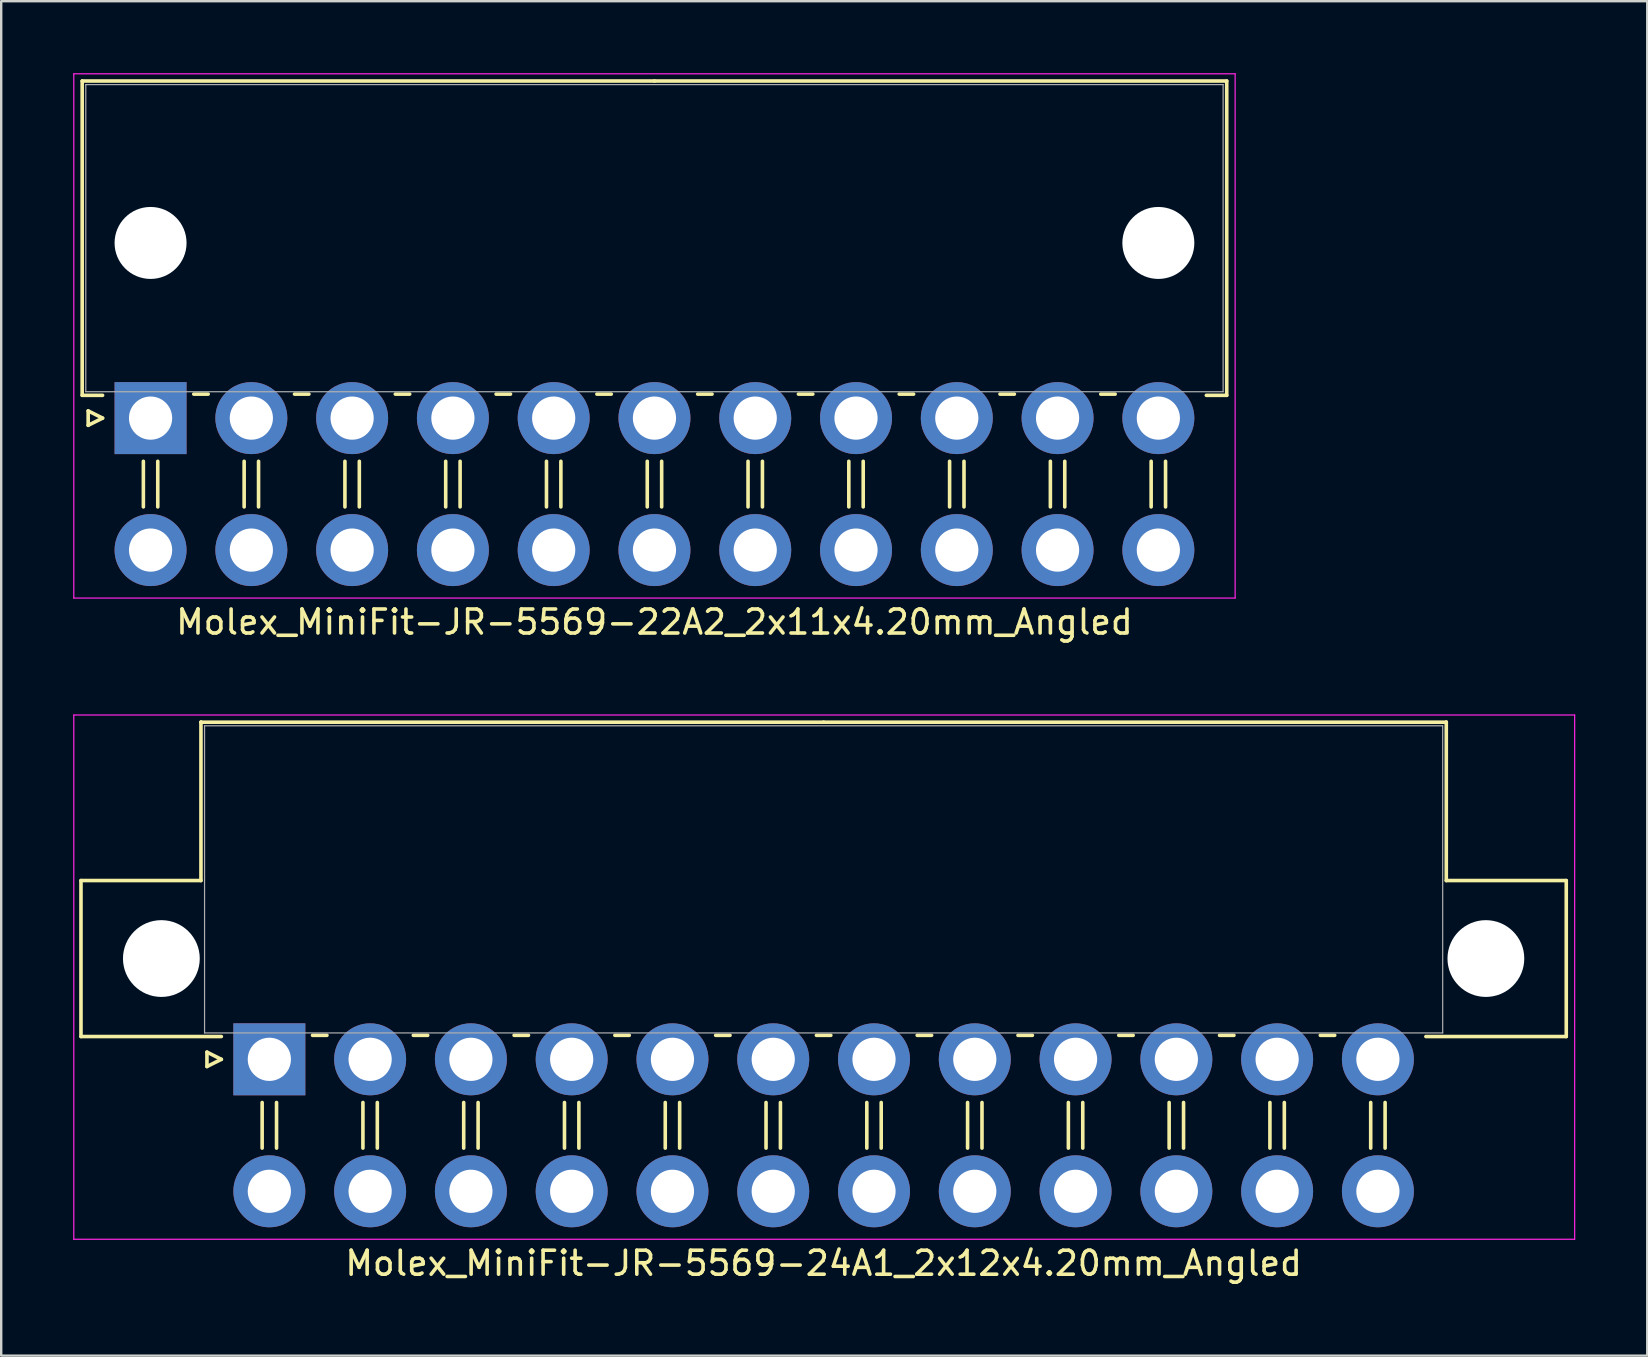
<source format=kicad_pcb>
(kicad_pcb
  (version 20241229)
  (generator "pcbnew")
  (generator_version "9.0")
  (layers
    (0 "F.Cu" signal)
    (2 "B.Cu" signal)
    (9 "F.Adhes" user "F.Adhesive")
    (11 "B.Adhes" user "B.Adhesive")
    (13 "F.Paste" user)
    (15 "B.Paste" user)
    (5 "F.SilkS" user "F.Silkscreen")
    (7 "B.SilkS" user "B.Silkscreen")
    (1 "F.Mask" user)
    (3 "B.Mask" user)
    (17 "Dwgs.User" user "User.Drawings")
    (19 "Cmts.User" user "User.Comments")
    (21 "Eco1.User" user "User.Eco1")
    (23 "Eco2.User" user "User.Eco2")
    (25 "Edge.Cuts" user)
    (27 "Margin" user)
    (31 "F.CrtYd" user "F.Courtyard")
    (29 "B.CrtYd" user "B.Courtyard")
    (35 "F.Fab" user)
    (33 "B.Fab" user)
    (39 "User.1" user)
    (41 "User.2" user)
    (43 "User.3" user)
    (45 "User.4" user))
  (footprint "Molex_MiniFit-JR-5569-24A1_2x12x4.20mm_Angled"
    (layer "F.Cu")
    (at 8.175 41.098)
    (property "Reference" "Molex_MiniFit-JR-5569-24A1_2x12x4.20mm_Angled" (at 23.1 8.5 0) (layer "F.SilkS") (effects (font (size 1 1) (thickness 0.15))))
    (attr through_hole)
    (fp_line (start -7.85 -7.45) (end -7.85 -0.95) (stroke (width 0.15) (type solid)) (layer "F.SilkS"))
    (fp_line (start -7.85 -0.95) (end -2 -0.95) (stroke (width 0.15) (type solid)) (layer "F.SilkS"))
    (fp_line (start -2.85 -14.05) (end -2.85 -14.05) (stroke (width 0.15) (type solid)) (layer "F.SilkS"))
    (fp_line (start -2.85 -14.05) (end -2.85 -7.45) (stroke (width 0.15) (type solid)) (layer "F.SilkS"))
    (fp_line (start -2.85 -7.45) (end -7.85 -7.45) (stroke (width 0.15) (type solid)) (layer "F.SilkS"))
    (fp_line (start -2.6 -0.3) (end -2 0) (stroke (width 0.15) (type solid)) (layer "F.SilkS"))
    (fp_line (start -2.6 0.3) (end -2.6 -0.3) (stroke (width 0.15) (type solid)) (layer "F.SilkS"))
    (fp_line (start -2 0) (end -2.6 0.3) (stroke (width 0.15) (type solid)) (layer "F.SilkS"))
    (fp_line (start -0.3 1.8) (end -0.3 3.7) (stroke (width 0.15) (type solid)) (layer "F.SilkS"))
    (fp_line (start 0.3 1.8) (end 0.3 3.7) (stroke (width 0.15) (type solid)) (layer "F.SilkS"))
    (fp_line (start 1.8 -1) (end 2.4 -1) (stroke (width 0.15) (type solid)) (layer "F.SilkS"))
    (fp_line (start 3.9 1.8) (end 3.9 3.7) (stroke (width 0.15) (type solid)) (layer "F.SilkS"))
    (fp_line (start 4.5 1.8) (end 4.5 3.7) (stroke (width 0.15) (type solid)) (layer "F.SilkS"))
    (fp_line (start 6 -1) (end 6.6 -1) (stroke (width 0.15) (type solid)) (layer "F.SilkS"))
    (fp_line (start 8.1 1.8) (end 8.1 3.7) (stroke (width 0.15) (type solid)) (layer "F.SilkS"))
    (fp_line (start 8.7 1.8) (end 8.7 3.7) (stroke (width 0.15) (type solid)) (layer "F.SilkS"))
    (fp_line (start 10.2 -1) (end 10.8 -1) (stroke (width 0.15) (type solid)) (layer "F.SilkS"))
    (fp_line (start 12.3 1.8) (end 12.3 3.7) (stroke (width 0.15) (type solid)) (layer "F.SilkS"))
    (fp_line (start 12.9 1.8) (end 12.9 3.7) (stroke (width 0.15) (type solid)) (layer "F.SilkS"))
    (fp_line (start 14.4 -1) (end 15 -1) (stroke (width 0.15) (type solid)) (layer "F.SilkS"))
    (fp_line (start 16.5 1.8) (end 16.5 3.7) (stroke (width 0.15) (type solid)) (layer "F.SilkS"))
    (fp_line (start 17.1 1.8) (end 17.1 3.7) (stroke (width 0.15) (type solid)) (layer "F.SilkS"))
    (fp_line (start 18.6 -1) (end 19.2 -1) (stroke (width 0.15) (type solid)) (layer "F.SilkS"))
    (fp_line (start 20.7 1.8) (end 20.7 3.7) (stroke (width 0.15) (type solid)) (layer "F.SilkS"))
    (fp_line (start 21.3 1.8) (end 21.3 3.7) (stroke (width 0.15) (type solid)) (layer "F.SilkS"))
    (fp_line (start 22.8 -1) (end 23.4 -1) (stroke (width 0.15) (type solid)) (layer "F.SilkS"))
    (fp_line (start 23.1 -14.05) (end -2.85 -14.05) (stroke (width 0.15) (type solid)) (layer "F.SilkS"))
    (fp_line (start 23.1 -14.05) (end 49.05 -14.05) (stroke (width 0.15) (type solid)) (layer "F.SilkS"))
    (fp_line (start 24.9 1.8) (end 24.9 3.7) (stroke (width 0.15) (type solid)) (layer "F.SilkS"))
    (fp_line (start 25.5 1.8) (end 25.5 3.7) (stroke (width 0.15) (type solid)) (layer "F.SilkS"))
    (fp_line (start 27 -1) (end 27.6 -1) (stroke (width 0.15) (type solid)) (layer "F.SilkS"))
    (fp_line (start 29.1 1.8) (end 29.1 3.7) (stroke (width 0.15) (type solid)) (layer "F.SilkS"))
    (fp_line (start 29.7 1.8) (end 29.7 3.7) (stroke (width 0.15) (type solid)) (layer "F.SilkS"))
    (fp_line (start 31.2 -1) (end 31.8 -1) (stroke (width 0.15) (type solid)) (layer "F.SilkS"))
    (fp_line (start 33.3 1.8) (end 33.3 3.7) (stroke (width 0.15) (type solid)) (layer "F.SilkS"))
    (fp_line (start 33.9 1.8) (end 33.9 3.7) (stroke (width 0.15) (type solid)) (layer "F.SilkS"))
    (fp_line (start 35.4 -1) (end 36 -1) (stroke (width 0.15) (type solid)) (layer "F.SilkS"))
    (fp_line (start 37.5 1.8) (end 37.5 3.7) (stroke (width 0.15) (type solid)) (layer "F.SilkS"))
    (fp_line (start 38.1 1.8) (end 38.1 3.7) (stroke (width 0.15) (type solid)) (layer "F.SilkS"))
    (fp_line (start 39.6 -1) (end 40.2 -1) (stroke (width 0.15) (type solid)) (layer "F.SilkS"))
    (fp_line (start 41.7 1.8) (end 41.7 3.7) (stroke (width 0.15) (type solid)) (layer "F.SilkS"))
    (fp_line (start 42.3 1.8) (end 42.3 3.7) (stroke (width 0.15) (type solid)) (layer "F.SilkS"))
    (fp_line (start 43.8 -1) (end 44.4 -1) (stroke (width 0.15) (type solid)) (layer "F.SilkS"))
    (fp_line (start 45.9 1.8) (end 45.9 3.7) (stroke (width 0.15) (type solid)) (layer "F.SilkS"))
    (fp_line (start 46.5 1.8) (end 46.5 3.7) (stroke (width 0.15) (type solid)) (layer "F.SilkS"))
    (fp_line (start 49.05 -14.05) (end 49.05 -14.05) (stroke (width 0.15) (type solid)) (layer "F.SilkS"))
    (fp_line (start 49.05 -14.05) (end 49.05 -7.45) (stroke (width 0.15) (type solid)) (layer "F.SilkS"))
    (fp_line (start 49.05 -7.45) (end 54.05 -7.45) (stroke (width 0.15) (type solid)) (layer "F.SilkS"))
    (fp_line (start 54.05 -7.45) (end 54.05 -0.95) (stroke (width 0.15) (type solid)) (layer "F.SilkS"))
    (fp_line (start 54.05 -0.95) (end 48.2 -0.95) (stroke (width 0.15) (type solid)) (layer "F.SilkS"))
    (fp_line (start -8.15 -14.35) (end -8.15 7.5) (stroke (width 0.05) (type solid)) (layer "F.CrtYd"))
    (fp_line (start -8.15 7.5) (end 54.4 7.5) (stroke (width 0.05) (type solid)) (layer "F.CrtYd"))
    (fp_line (start 54.4 -14.35) (end -8.15 -14.35) (stroke (width 0.05) (type solid)) (layer "F.CrtYd"))
    (fp_line (start 54.4 7.5) (end 54.4 -14.35) (stroke (width 0.05) (type solid)) (layer "F.CrtYd"))
    (fp_line (start -2.7 -13.9) (end -2.7 -1.1) (stroke (width 0.05) (type solid)) (layer "F.Fab"))
    (fp_line (start -2.7 -1.1) (end 48.9 -1.1) (stroke (width 0.05) (type solid)) (layer "F.Fab"))
    (fp_line (start 48.9 -13.9) (end -2.7 -13.9) (stroke (width 0.05) (type solid)) (layer "F.Fab"))
    (fp_line (start 48.9 -1.1) (end 48.9 -13.9) (stroke (width 0.05) (type solid)) (layer "F.Fab"))
    (pad "" np_thru_hole circle (at -4.5 -4.2) (size 3.2 3.2) (drill 3.2) (layers "*.Cu"))
    (pad "" np_thru_hole circle (at 50.7 -4.2) (size 3.2 3.2) (drill 3.2) (layers "*.Cu"))
    (pad "1" thru_hole rect (at 0 0) (size 3 3) (drill 1.8) (layers "*.Cu" "*.Mask"))
    (pad "2" thru_hole circle (at 4.2 0) (size 3 3) (drill 1.8) (layers "*.Cu" "*.Mask"))
    (pad "3" thru_hole circle (at 8.4 0) (size 3 3) (drill 1.8) (layers "*.Cu" "*.Mask"))
    (pad "4" thru_hole circle (at 12.6 0) (size 3 3) (drill 1.8) (layers "*.Cu" "*.Mask"))
    (pad "5" thru_hole circle (at 16.8 0) (size 3 3) (drill 1.8) (layers "*.Cu" "*.Mask"))
    (pad "6" thru_hole circle (at 21 0) (size 3 3) (drill 1.8) (layers "*.Cu" "*.Mask"))
    (pad "7" thru_hole circle (at 25.2 0) (size 3 3) (drill 1.8) (layers "*.Cu" "*.Mask"))
    (pad "8" thru_hole circle (at 29.4 0) (size 3 3) (drill 1.8) (layers "*.Cu" "*.Mask"))
    (pad "9" thru_hole circle (at 33.6 0) (size 3 3) (drill 1.8) (layers "*.Cu" "*.Mask"))
    (pad "10" thru_hole circle (at 37.8 0) (size 3 3) (drill 1.8) (layers "*.Cu" "*.Mask"))
    (pad "11" thru_hole circle (at 42 0) (size 3 3) (drill 1.8) (layers "*.Cu" "*.Mask"))
    (pad "12" thru_hole circle (at 46.2 0) (size 3 3) (drill 1.8) (layers "*.Cu" "*.Mask"))
    (pad "13" thru_hole circle (at 0 5.5) (size 3 3) (drill 1.8) (layers "*.Cu" "*.Mask"))
    (pad "14" thru_hole circle (at 4.2 5.5) (size 3 3) (drill 1.8) (layers "*.Cu" "*.Mask"))
    (pad "15" thru_hole circle (at 8.4 5.5) (size 3 3) (drill 1.8) (layers "*.Cu" "*.Mask"))
    (pad "16" thru_hole circle (at 12.6 5.5) (size 3 3) (drill 1.8) (layers "*.Cu" "*.Mask"))
    (pad "17" thru_hole circle (at 16.8 5.5) (size 3 3) (drill 1.8) (layers "*.Cu" "*.Mask"))
    (pad "18" thru_hole circle (at 21 5.5) (size 3 3) (drill 1.8) (layers "*.Cu" "*.Mask"))
    (pad "19" thru_hole circle (at 25.2 5.5) (size 3 3) (drill 1.8) (layers "*.Cu" "*.Mask"))
    (pad "20" thru_hole circle (at 29.4 5.5) (size 3 3) (drill 1.8) (layers "*.Cu" "*.Mask"))
    (pad "21" thru_hole circle (at 33.6 5.5) (size 3 3) (drill 1.8) (layers "*.Cu" "*.Mask"))
    (pad "22" thru_hole circle (at 37.8 5.5) (size 3 3) (drill 1.8) (layers "*.Cu" "*.Mask"))
    (pad "23" thru_hole circle (at 42 5.5) (size 3 3) (drill 1.8) (layers "*.Cu" "*.Mask"))
    (pad "24" thru_hole circle (at 46.2 5.5) (size 3 3) (drill 1.8) (layers "*.Cu" "*.Mask")))
  (footprint "Molex_MiniFit-JR-5569-22A2_2x11x4.20mm_Angled"
    (layer "F.Cu")
    (at 3.225 14.375)
    (property "Reference" "Molex_MiniFit-JR-5569-22A2_2x11x4.20mm_Angled" (at 21 8.5 0) (layer "F.SilkS") (effects (font (size 1 1) (thickness 0.15))))
    (attr through_hole)
    (fp_line (start -2.85 -14.05) (end 21 -14.05) (stroke (width 0.15) (type solid)) (layer "F.SilkS"))
    (fp_line (start -2.85 -0.95) (end -2.85 -14.05) (stroke (width 0.15) (type solid)) (layer "F.SilkS"))
    (fp_line (start -2.6 -0.3) (end -2 0) (stroke (width 0.15) (type solid)) (layer "F.SilkS"))
    (fp_line (start -2.6 0.3) (end -2.6 -0.3) (stroke (width 0.15) (type solid)) (layer "F.SilkS"))
    (fp_line (start -2 -0.95) (end -2.85 -0.95) (stroke (width 0.15) (type solid)) (layer "F.SilkS"))
    (fp_line (start -2 0) (end -2.6 0.3) (stroke (width 0.15) (type solid)) (layer "F.SilkS"))
    (fp_line (start -0.3 1.8) (end -0.3 3.7) (stroke (width 0.15) (type solid)) (layer "F.SilkS"))
    (fp_line (start 0.3 1.8) (end 0.3 3.7) (stroke (width 0.15) (type solid)) (layer "F.SilkS"))
    (fp_line (start 1.8 -1) (end 2.4 -1) (stroke (width 0.15) (type solid)) (layer "F.SilkS"))
    (fp_line (start 3.9 1.8) (end 3.9 3.7) (stroke (width 0.15) (type solid)) (layer "F.SilkS"))
    (fp_line (start 4.5 1.8) (end 4.5 3.7) (stroke (width 0.15) (type solid)) (layer "F.SilkS"))
    (fp_line (start 6 -1) (end 6.6 -1) (stroke (width 0.15) (type solid)) (layer "F.SilkS"))
    (fp_line (start 8.1 1.8) (end 8.1 3.7) (stroke (width 0.15) (type solid)) (layer "F.SilkS"))
    (fp_line (start 8.7 1.8) (end 8.7 3.7) (stroke (width 0.15) (type solid)) (layer "F.SilkS"))
    (fp_line (start 10.2 -1) (end 10.8 -1) (stroke (width 0.15) (type solid)) (layer "F.SilkS"))
    (fp_line (start 12.3 1.8) (end 12.3 3.7) (stroke (width 0.15) (type solid)) (layer "F.SilkS"))
    (fp_line (start 12.9 1.8) (end 12.9 3.7) (stroke (width 0.15) (type solid)) (layer "F.SilkS"))
    (fp_line (start 14.4 -1) (end 15 -1) (stroke (width 0.15) (type solid)) (layer "F.SilkS"))
    (fp_line (start 16.5 1.8) (end 16.5 3.7) (stroke (width 0.15) (type solid)) (layer "F.SilkS"))
    (fp_line (start 17.1 1.8) (end 17.1 3.7) (stroke (width 0.15) (type solid)) (layer "F.SilkS"))
    (fp_line (start 18.6 -1) (end 19.2 -1) (stroke (width 0.15) (type solid)) (layer "F.SilkS"))
    (fp_line (start 20.7 1.8) (end 20.7 3.7) (stroke (width 0.15) (type solid)) (layer "F.SilkS"))
    (fp_line (start 21.3 1.8) (end 21.3 3.7) (stroke (width 0.15) (type solid)) (layer "F.SilkS"))
    (fp_line (start 22.8 -1) (end 23.4 -1) (stroke (width 0.15) (type solid)) (layer "F.SilkS"))
    (fp_line (start 24.9 1.8) (end 24.9 3.7) (stroke (width 0.15) (type solid)) (layer "F.SilkS"))
    (fp_line (start 25.5 1.8) (end 25.5 3.7) (stroke (width 0.15) (type solid)) (layer "F.SilkS"))
    (fp_line (start 27 -1) (end 27.6 -1) (stroke (width 0.15) (type solid)) (layer "F.SilkS"))
    (fp_line (start 29.1 1.8) (end 29.1 3.7) (stroke (width 0.15) (type solid)) (layer "F.SilkS"))
    (fp_line (start 29.7 1.8) (end 29.7 3.7) (stroke (width 0.15) (type solid)) (layer "F.SilkS"))
    (fp_line (start 31.2 -1) (end 31.8 -1) (stroke (width 0.15) (type solid)) (layer "F.SilkS"))
    (fp_line (start 33.3 1.8) (end 33.3 3.7) (stroke (width 0.15) (type solid)) (layer "F.SilkS"))
    (fp_line (start 33.9 1.8) (end 33.9 3.7) (stroke (width 0.15) (type solid)) (layer "F.SilkS"))
    (fp_line (start 35.4 -1) (end 36 -1) (stroke (width 0.15) (type solid)) (layer "F.SilkS"))
    (fp_line (start 37.5 1.8) (end 37.5 3.7) (stroke (width 0.15) (type solid)) (layer "F.SilkS"))
    (fp_line (start 38.1 1.8) (end 38.1 3.7) (stroke (width 0.15) (type solid)) (layer "F.SilkS"))
    (fp_line (start 39.6 -1) (end 40.2 -1) (stroke (width 0.15) (type solid)) (layer "F.SilkS"))
    (fp_line (start 41.7 1.8) (end 41.7 3.7) (stroke (width 0.15) (type solid)) (layer "F.SilkS"))
    (fp_line (start 42.3 1.8) (end 42.3 3.7) (stroke (width 0.15) (type solid)) (layer "F.SilkS"))
    (fp_line (start 44 -0.95) (end 44.85 -0.95) (stroke (width 0.15) (type solid)) (layer "F.SilkS"))
    (fp_line (start 44.85 -14.05) (end 21 -14.05) (stroke (width 0.15) (type solid)) (layer "F.SilkS"))
    (fp_line (start 44.85 -0.95) (end 44.85 -14.05) (stroke (width 0.15) (type solid)) (layer "F.SilkS"))
    (fp_line (start -3.2 -14.35) (end -3.2 7.5) (stroke (width 0.05) (type solid)) (layer "F.CrtYd"))
    (fp_line (start -3.2 7.5) (end 45.2 7.5) (stroke (width 0.05) (type solid)) (layer "F.CrtYd"))
    (fp_line (start 45.2 -14.35) (end -3.2 -14.35) (stroke (width 0.05) (type solid)) (layer "F.CrtYd"))
    (fp_line (start 45.2 7.5) (end 45.2 -14.35) (stroke (width 0.05) (type solid)) (layer "F.CrtYd"))
    (fp_line (start -2.7 -13.9) (end -2.7 -1.1) (stroke (width 0.05) (type solid)) (layer "F.Fab"))
    (fp_line (start -2.7 -1.1) (end 44.7 -1.1) (stroke (width 0.05) (type solid)) (layer "F.Fab"))
    (fp_line (start 44.7 -13.9) (end -2.7 -13.9) (stroke (width 0.05) (type solid)) (layer "F.Fab"))
    (fp_line (start 44.7 -1.1) (end 44.7 -13.9) (stroke (width 0.05) (type solid)) (layer "F.Fab"))
    (pad "" np_thru_hole circle (at 0 -7.3) (size 3 3) (drill 3) (layers "*.Cu"))
    (pad "" np_thru_hole circle (at 42 -7.3) (size 3 3) (drill 3) (layers "*.Cu"))
    (pad "1" thru_hole rect (at 0 0) (size 3 3) (drill 1.8) (layers "*.Cu" "*.Mask"))
    (pad "2" thru_hole circle (at 4.2 0) (size 3 3) (drill 1.8) (layers "*.Cu" "*.Mask"))
    (pad "3" thru_hole circle (at 8.4 0) (size 3 3) (drill 1.8) (layers "*.Cu" "*.Mask"))
    (pad "4" thru_hole circle (at 12.6 0) (size 3 3) (drill 1.8) (layers "*.Cu" "*.Mask"))
    (pad "5" thru_hole circle (at 16.8 0) (size 3 3) (drill 1.8) (layers "*.Cu" "*.Mask"))
    (pad "6" thru_hole circle (at 21 0) (size 3 3) (drill 1.8) (layers "*.Cu" "*.Mask"))
    (pad "7" thru_hole circle (at 25.2 0) (size 3 3) (drill 1.8) (layers "*.Cu" "*.Mask"))
    (pad "8" thru_hole circle (at 29.4 0) (size 3 3) (drill 1.8) (layers "*.Cu" "*.Mask"))
    (pad "9" thru_hole circle (at 33.6 0) (size 3 3) (drill 1.8) (layers "*.Cu" "*.Mask"))
    (pad "10" thru_hole circle (at 37.8 0) (size 3 3) (drill 1.8) (layers "*.Cu" "*.Mask"))
    (pad "11" thru_hole circle (at 42 0) (size 3 3) (drill 1.8) (layers "*.Cu" "*.Mask"))
    (pad "12" thru_hole circle (at 0 5.5) (size 3 3) (drill 1.8) (layers "*.Cu" "*.Mask"))
    (pad "13" thru_hole circle (at 4.2 5.5) (size 3 3) (drill 1.8) (layers "*.Cu" "*.Mask"))
    (pad "14" thru_hole circle (at 8.4 5.5) (size 3 3) (drill 1.8) (layers "*.Cu" "*.Mask"))
    (pad "15" thru_hole circle (at 12.6 5.5) (size 3 3) (drill 1.8) (layers "*.Cu" "*.Mask"))
    (pad "16" thru_hole circle (at 16.8 5.5) (size 3 3) (drill 1.8) (layers "*.Cu" "*.Mask"))
    (pad "17" thru_hole circle (at 21 5.5) (size 3 3) (drill 1.8) (layers "*.Cu" "*.Mask"))
    (pad "18" thru_hole circle (at 25.2 5.5) (size 3 3) (drill 1.8) (layers "*.Cu" "*.Mask"))
    (pad "19" thru_hole circle (at 29.4 5.5) (size 3 3) (drill 1.8) (layers "*.Cu" "*.Mask"))
    (pad "20" thru_hole circle (at 33.6 5.5) (size 3 3) (drill 1.8) (layers "*.Cu" "*.Mask"))
    (pad "21" thru_hole circle (at 37.8 5.5) (size 3 3) (drill 1.8) (layers "*.Cu" "*.Mask"))
    (pad "22" thru_hole circle (at 42 5.5) (size 3 3) (drill 1.8) (layers "*.Cu" "*.Mask")))
  (gr_rect
    (start -3 -3)
    (end 65.6 53.447)
    (stroke (width 0.1) (type default))
    (fill no)
    (layer "Edge.Cuts")))
</source>
